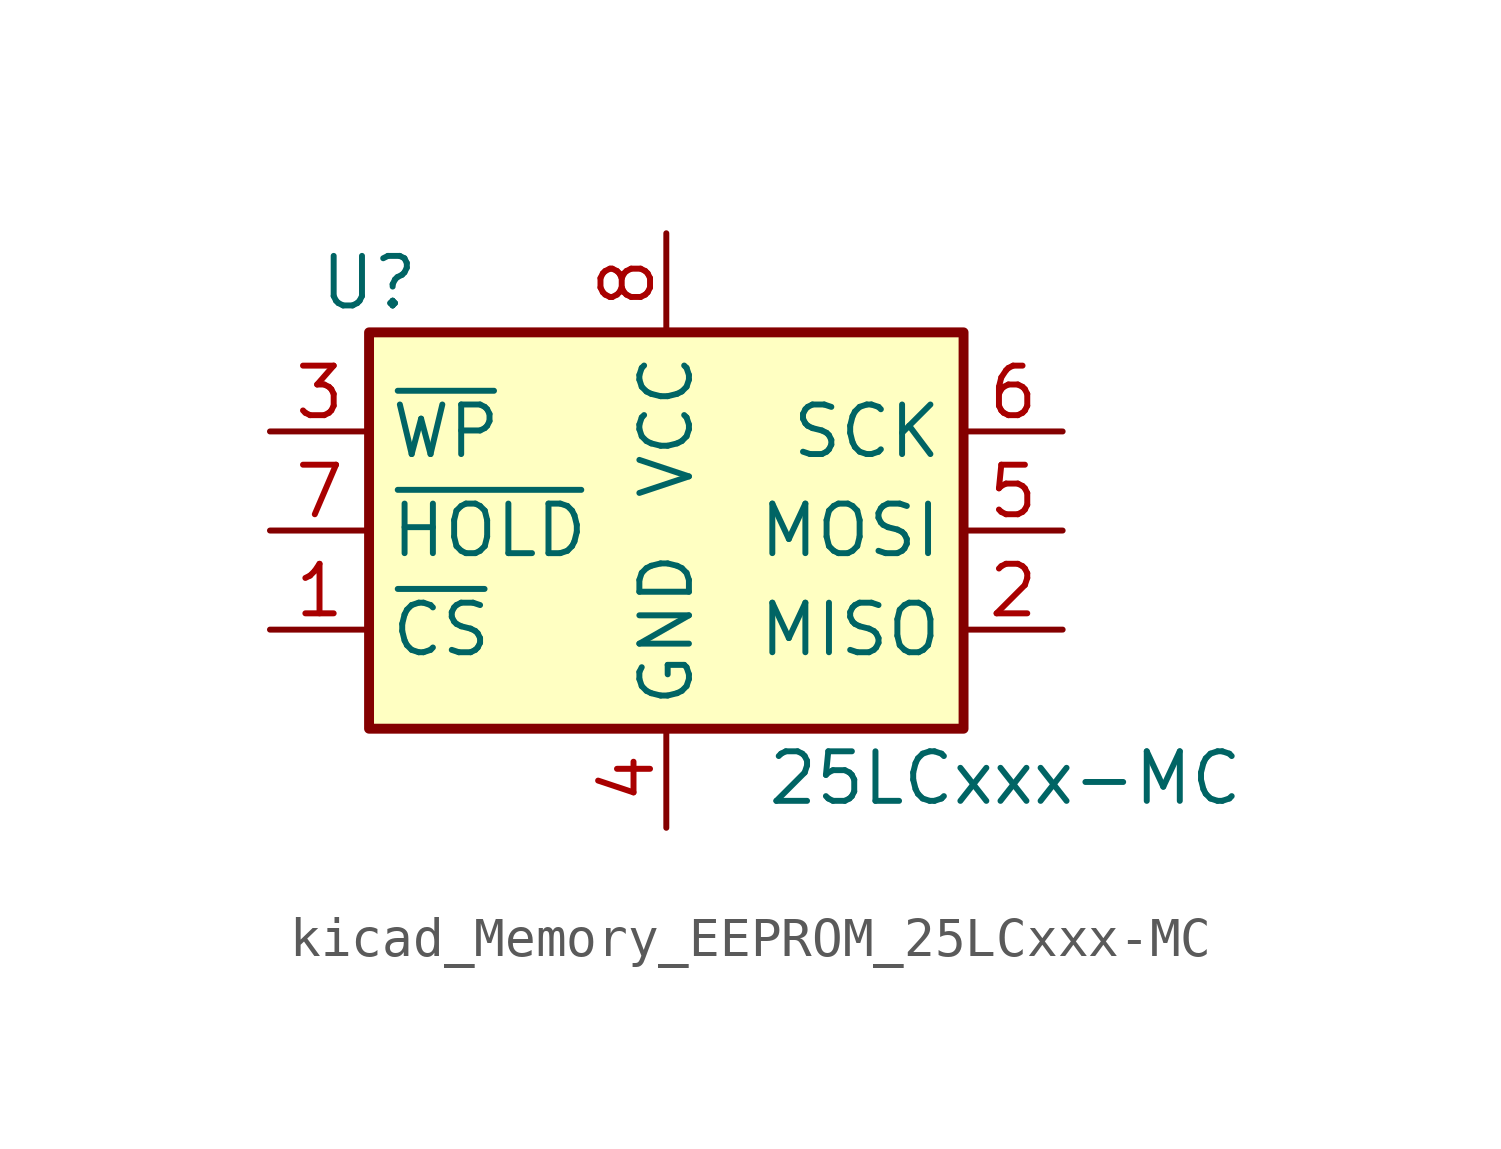
<source format=kicad_sym>
(kicad_symbol_lib
  (version 20220914)
  (generator kicad_symbol_editor)
  (symbol "kicad_Memory_EEPROM_25LCxxx-MC"
    (property "Reference" "U"
      (at -7.62 6.35 0)
      (effects (font (size 1.27 1.27))))
    (property "Value" "25LCxxx-MC"
      (at 2.54 -6.35 0)
      (effects (font (size 1.27 1.27)) (justify left)))
    (symbol "kicad_Memory_EEPROM_25LCxxx-MC_1_1"
      (rectangle (start -7.62 5.08) (end 7.62 -5.08) (stroke (width 0.254) (type default)) (fill (type background)))
      (pin input line (at -10.16 -2.54 0) (length 2.54) (name "~{CS}" (effects (font (size 1.27 1.27)))) (number "1" (effects (font (size 1.27 1.27)))))
      (pin tri_state line (at 10.16 -2.54 180) (length 2.54) (name "MISO" (effects (font (size 1.27 1.27)))) (number "2" (effects (font (size 1.27 1.27)))))
      (pin input line (at -10.16 2.54 0) (length 2.54) (name "~{WP}" (effects (font (size 1.27 1.27)))) (number "3" (effects (font (size 1.27 1.27)))))
      (pin power_in line (at 0 -7.62 90) (length 2.54) (name "GND" (effects (font (size 1.27 1.27)))) (number "4" (effects (font (size 1.27 1.27)))))
      (pin input line (at 10.16 0 180) (length 2.54) (name "MOSI" (effects (font (size 1.27 1.27)))) (number "5" (effects (font (size 1.27 1.27)))))
      (pin input line (at 10.16 2.54 180) (length 2.54) (name "SCK" (effects (font (size 1.27 1.27)))) (number "6" (effects (font (size 1.27 1.27)))))
      (pin input line (at -10.16 0 0) (length 2.54) (name "~{HOLD}" (effects (font (size 1.27 1.27)))) (number "7" (effects (font (size 1.27 1.27)))))
      (pin power_in line (at 0 7.62 270) (length 2.54) (name "VCC" (effects (font (size 1.27 1.27)))) (number "8" (effects (font (size 1.27 1.27)))))
      (pin passive line (at 0 -7.62 90) (length 2.54) hide (name "GND" (effects (font (size 1.27 1.27)))) (number "9" (effects (font (size 1.27 1.27))))))))
</source>
